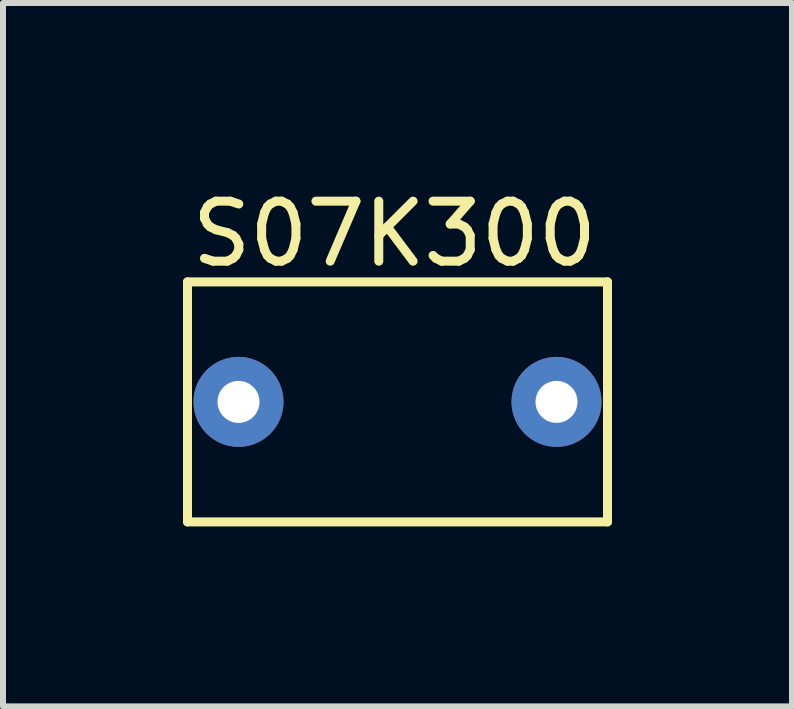
<source format=kicad_pcb>
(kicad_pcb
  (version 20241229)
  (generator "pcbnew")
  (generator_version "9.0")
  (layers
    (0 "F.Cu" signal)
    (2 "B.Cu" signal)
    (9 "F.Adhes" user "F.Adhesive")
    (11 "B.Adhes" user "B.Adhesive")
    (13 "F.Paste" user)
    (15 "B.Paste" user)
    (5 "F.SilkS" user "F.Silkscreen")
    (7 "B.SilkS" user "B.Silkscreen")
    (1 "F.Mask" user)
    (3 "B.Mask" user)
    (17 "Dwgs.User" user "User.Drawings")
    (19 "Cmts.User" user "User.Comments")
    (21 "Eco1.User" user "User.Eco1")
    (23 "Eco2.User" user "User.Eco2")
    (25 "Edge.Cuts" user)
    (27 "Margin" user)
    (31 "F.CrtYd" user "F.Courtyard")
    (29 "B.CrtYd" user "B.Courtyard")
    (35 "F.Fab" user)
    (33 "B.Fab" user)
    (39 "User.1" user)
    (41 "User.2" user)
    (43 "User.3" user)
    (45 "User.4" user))
  (footprint "S07K300"
    (layer "F.Cu")
    (at 0.925 3.648)
    (property "Reference" "S07K300" (at 2.6 -2.8 0) (layer "F.SilkS") (effects (font (size 1 1) (thickness 0.15))))
    (attr through_hole)
    (fp_line (start -0.85 -2) (end 6.15 -2) (stroke (width 0.15) (type solid)) (layer "F.SilkS"))
    (fp_line (start -0.85 2) (end -0.85 -2) (stroke (width 0.15) (type solid)) (layer "F.SilkS"))
    (fp_line (start 6.15 -2) (end 6.15 2) (stroke (width 0.15) (type solid)) (layer "F.SilkS"))
    (fp_line (start 6.15 2) (end -0.85 2) (stroke (width 0.15) (type solid)) (layer "F.SilkS"))
    (pad "1" thru_hole circle (at 0 0) (size 1.5 1.5) (drill 0.7) (layers "B.Cu" "B.Mask"))
    (pad "2" thru_hole circle (at 5.3 0) (size 1.5 1.5) (drill 0.7) (layers "B.Cu" "B.Mask")))
  (gr_rect
    (start -3 -3)
    (end 10.15 8.723)
    (stroke (width 0.1) (type default))
    (fill no)
    (layer "Edge.Cuts")))
</source>
